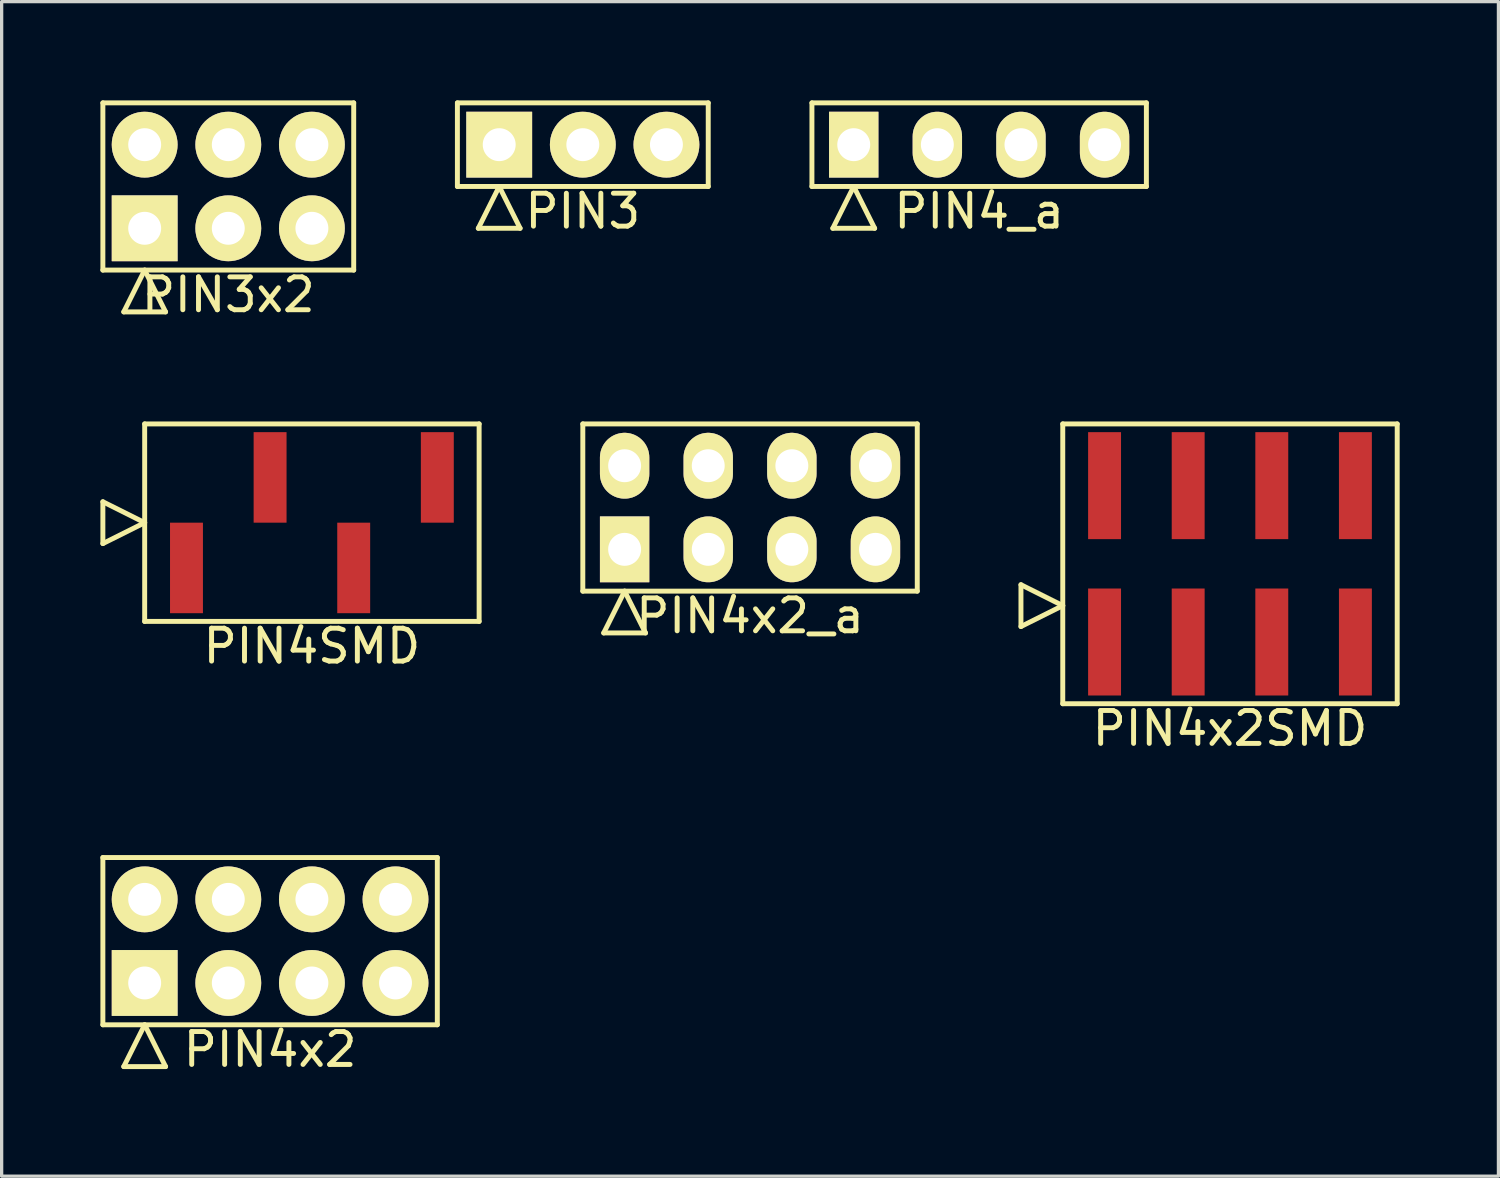
<source format=kicad_pcb>
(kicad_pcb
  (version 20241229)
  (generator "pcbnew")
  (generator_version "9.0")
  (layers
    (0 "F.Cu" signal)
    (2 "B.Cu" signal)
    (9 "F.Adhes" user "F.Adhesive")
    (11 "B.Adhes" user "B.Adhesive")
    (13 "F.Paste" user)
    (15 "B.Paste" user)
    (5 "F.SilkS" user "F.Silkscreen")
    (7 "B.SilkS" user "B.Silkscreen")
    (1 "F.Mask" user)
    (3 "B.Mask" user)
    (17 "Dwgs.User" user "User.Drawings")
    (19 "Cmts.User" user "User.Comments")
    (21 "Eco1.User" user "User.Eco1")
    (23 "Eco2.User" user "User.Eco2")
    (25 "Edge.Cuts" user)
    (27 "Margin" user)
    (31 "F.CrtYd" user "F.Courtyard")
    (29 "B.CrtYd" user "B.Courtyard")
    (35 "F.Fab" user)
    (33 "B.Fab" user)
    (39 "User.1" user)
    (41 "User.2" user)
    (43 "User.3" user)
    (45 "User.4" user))
  (footprint "PIN4x2SMD"
    (layer "F.Cu")
    (at 34.315 14.078)
    (property "Reference" "PIN4x2SMD" (at 0 5 0) (layer "F.SilkS") (effects (font (size 1 1) (thickness 0.15))))
    (attr through_hole)
    (fp_line (start -6.35 1.905) (end -6.35 0.635) (stroke (width 0.15) (type solid)) (layer "F.SilkS"))
    (fp_line (start -5.08 -4.25) (end -5.08 4.25) (stroke (width 0.15) (type solid)) (layer "F.SilkS"))
    (fp_line (start -5.08 1.27) (end -6.35 0.635) (stroke (width 0.15) (type solid)) (layer "F.SilkS"))
    (fp_line (start -5.08 1.27) (end -6.35 1.905) (stroke (width 0.15) (type solid)) (layer "F.SilkS"))
    (fp_line (start -5.08 4.25) (end 5.08 4.25) (stroke (width 0.15) (type solid)) (layer "F.SilkS"))
    (fp_line (start 5.08 -4.25) (end -5.08 -4.25) (stroke (width 0.15) (type solid)) (layer "F.SilkS"))
    (fp_line (start 5.08 4.25) (end 5.08 -4.25) (stroke (width 0.15) (type solid)) (layer "F.SilkS"))
    (pad "1" smd rect (at -3.81 2.375) (size 1 3.25) (layers "F.Cu" "F.Mask" "F.Paste"))
    (pad "2" smd rect (at -3.81 -2.375) (size 1 3.25) (layers "F.Cu" "F.Mask" "F.Paste"))
    (pad "3" smd rect (at -1.27 2.375) (size 1 3.25) (layers "F.Cu" "F.Mask" "F.Paste"))
    (pad "4" smd rect (at -1.27 -2.375) (size 1 3.25) (layers "F.Cu" "F.Mask" "F.Paste"))
    (pad "5" smd rect (at 1.27 2.375) (size 1 3.25) (layers "F.Cu" "F.Mask" "F.Paste"))
    (pad "6" smd rect (at 1.27 -2.375) (size 1 3.25) (layers "F.Cu" "F.Mask" "F.Paste"))
    (pad "7" smd rect (at 3.81 2.375) (size 1 3.25) (layers "F.Cu" "F.Mask" "F.Paste"))
    (pad "8" smd rect (at 3.81 -2.375) (size 1 3.25) (layers "F.Cu" "F.Mask" "F.Paste")))
  (footprint "PIN3"
    (layer "F.Cu")
    (at 14.655 1.345)
    (property "Reference" "PIN3" (at 0 2.02 0) (layer "F.SilkS") (effects (font (size 1 1) (thickness 0.15))))
    (attr through_hole)
    (fp_line (start -3.81 -1.27) (end -3.81 1.27) (stroke (width 0.15) (type solid)) (layer "F.SilkS"))
    (fp_line (start -3.81 1.27) (end 3.81 1.27) (stroke (width 0.15) (type solid)) (layer "F.SilkS"))
    (fp_line (start -3.175 2.54) (end -2.54 1.27) (stroke (width 0.15) (type solid)) (layer "F.SilkS"))
    (fp_line (start -3.175 2.54) (end -1.905 2.54) (stroke (width 0.15) (type solid)) (layer "F.SilkS"))
    (fp_line (start -1.905 2.54) (end -2.54 1.27) (stroke (width 0.15) (type solid)) (layer "F.SilkS"))
    (fp_line (start 3.81 -1.27) (end -3.81 -1.27) (stroke (width 0.15) (type solid)) (layer "F.SilkS"))
    (fp_line (start 3.81 1.27) (end 3.81 -1.27) (stroke (width 0.15) (type solid)) (layer "F.SilkS"))
    (pad "1" thru_hole rect (at -2.54 0) (size 2 2) (drill 1) (layers "*.Cu" "*.Mask" "F.SilkS"))
    (pad "2" thru_hole oval (at 0 0) (size 2 2) (drill 1) (layers "*.Cu" "*.Mask" "F.SilkS"))
    (pad "3" thru_hole oval (at 2.54 0) (size 2 2) (drill 1) (layers "*.Cu" "*.Mask" "F.SilkS")))
  (footprint "PIN4_a"
    (layer "F.Cu")
    (at 26.695 1.345)
    (property "Reference" "PIN4_a" (at 0 2.02 0) (layer "F.SilkS") (effects (font (size 1 1) (thickness 0.15))))
    (attr through_hole)
    (fp_line (start -5.08 -1.27) (end -5.08 1.27) (stroke (width 0.15) (type solid)) (layer "F.SilkS"))
    (fp_line (start -5.08 1.27) (end 5.08 1.27) (stroke (width 0.15) (type solid)) (layer "F.SilkS"))
    (fp_line (start -4.445 2.54) (end -3.81 1.27) (stroke (width 0.15) (type solid)) (layer "F.SilkS"))
    (fp_line (start -4.445 2.54) (end -3.175 2.54) (stroke (width 0.15) (type solid)) (layer "F.SilkS"))
    (fp_line (start -3.175 2.54) (end -3.81 1.27) (stroke (width 0.15) (type solid)) (layer "F.SilkS"))
    (fp_line (start 5.08 -1.27) (end -5.08 -1.27) (stroke (width 0.15) (type solid)) (layer "F.SilkS"))
    (fp_line (start 5.08 1.27) (end 5.08 -1.27) (stroke (width 0.15) (type solid)) (layer "F.SilkS"))
    (pad "1" thru_hole rect (at -3.81 0) (size 1.5 2) (drill 1) (layers "*.Cu" "*.Mask" "F.SilkS"))
    (pad "2" thru_hole oval (at -1.27 0) (size 1.5 2) (drill 1) (layers "*.Cu" "*.Mask" "F.SilkS"))
    (pad "3" thru_hole oval (at 1.27 0) (size 1.5 2) (drill 1) (layers "*.Cu" "*.Mask" "F.SilkS"))
    (pad "4" thru_hole oval (at 3.81 0) (size 1.5 2) (drill 1) (layers "*.Cu" "*.Mask" "F.SilkS")))
  (footprint "PIN3x2"
    (layer "F.Cu")
    (at 3.885 2.615)
    (property "Reference" "PIN3x2" (at 0 3.29 0) (layer "F.SilkS") (effects (font (size 1 1) (thickness 0.15))))
    (attr through_hole)
    (fp_line (start -3.81 -2.54) (end -3.81 2.54) (stroke (width 0.15) (type solid)) (layer "F.SilkS"))
    (fp_line (start -3.81 2.54) (end 3.81 2.54) (stroke (width 0.15) (type solid)) (layer "F.SilkS"))
    (fp_line (start -3.175 3.81) (end -2.54 2.54) (stroke (width 0.15) (type solid)) (layer "F.SilkS"))
    (fp_line (start -3.175 3.81) (end -1.905 3.81) (stroke (width 0.15) (type solid)) (layer "F.SilkS"))
    (fp_line (start -1.905 3.81) (end -2.54 2.54) (stroke (width 0.15) (type solid)) (layer "F.SilkS"))
    (fp_line (start 3.81 -2.54) (end -3.81 -2.54) (stroke (width 0.15) (type solid)) (layer "F.SilkS"))
    (fp_line (start 3.81 2.54) (end 3.81 -2.54) (stroke (width 0.15) (type solid)) (layer "F.SilkS"))
    (pad "1" thru_hole rect (at -2.54 1.27) (size 2 2) (drill 1) (layers "*.Cu" "*.Mask" "F.SilkS"))
    (pad "2" thru_hole oval (at -2.54 -1.27) (size 2 2) (drill 1) (layers "*.Cu" "*.Mask" "F.SilkS"))
    (pad "3" thru_hole oval (at 0 1.27) (size 2 2) (drill 1) (layers "*.Cu" "*.Mask" "F.SilkS"))
    (pad "4" thru_hole oval (at 0 -1.27) (size 2 2) (drill 1) (layers "*.Cu" "*.Mask" "F.SilkS"))
    (pad "5" thru_hole oval (at 2.54 1.27) (size 2 2) (drill 1) (layers "*.Cu" "*.Mask" "F.SilkS"))
    (pad "6" thru_hole oval (at 2.54 -1.27) (size 2 2) (drill 1) (layers "*.Cu" "*.Mask" "F.SilkS")))
  (footprint "PIN4SMD"
    (layer "F.Cu")
    (at 6.425 12.828)
    (property "Reference" "PIN4SMD" (at 0 3.75 0) (layer "F.SilkS") (effects (font (size 1 1) (thickness 0.15))))
    (attr through_hole)
    (fp_line (start -6.35 0.635) (end -6.35 -0.635) (stroke (width 0.15) (type solid)) (layer "F.SilkS"))
    (fp_line (start -5.08 -3) (end -5.08 3) (stroke (width 0.15) (type solid)) (layer "F.SilkS"))
    (fp_line (start -5.08 0) (end -6.35 -0.635) (stroke (width 0.15) (type solid)) (layer "F.SilkS"))
    (fp_line (start -5.08 0) (end -6.35 0.635) (stroke (width 0.15) (type solid)) (layer "F.SilkS"))
    (fp_line (start -5.08 3) (end 5.08 3) (stroke (width 0.15) (type solid)) (layer "F.SilkS"))
    (fp_line (start 5.08 -3) (end -5.08 -3) (stroke (width 0.15) (type solid)) (layer "F.SilkS"))
    (fp_line (start 5.08 3) (end 5.08 -3) (stroke (width 0.15) (type solid)) (layer "F.SilkS"))
    (pad "1" smd rect (at -3.81 1.375) (size 1 2.75) (layers "F.Cu" "F.Mask" "F.Paste"))
    (pad "2" smd rect (at -1.27 -1.375) (size 1 2.75) (layers "F.Cu" "F.Mask" "F.Paste"))
    (pad "3" smd rect (at 1.27 1.375) (size 1 2.75) (layers "F.Cu" "F.Mask" "F.Paste"))
    (pad "4" smd rect (at 3.81 -1.375) (size 1 2.75) (layers "F.Cu" "F.Mask" "F.Paste")))
  (footprint "PIN4x2"
    (layer "F.Cu")
    (at 5.155 25.541)
    (property "Reference" "PIN4x2" (at 0 3.29 0) (layer "F.SilkS") (effects (font (size 1 1) (thickness 0.15))))
    (attr through_hole)
    (fp_line (start -5.08 -2.54) (end -5.08 2.54) (stroke (width 0.15) (type solid)) (layer "F.SilkS"))
    (fp_line (start -5.08 2.54) (end 5.08 2.54) (stroke (width 0.15) (type solid)) (layer "F.SilkS"))
    (fp_line (start -4.445 3.81) (end -3.81 2.54) (stroke (width 0.15) (type solid)) (layer "F.SilkS"))
    (fp_line (start -4.445 3.81) (end -3.175 3.81) (stroke (width 0.15) (type solid)) (layer "F.SilkS"))
    (fp_line (start -3.175 3.81) (end -3.81 2.54) (stroke (width 0.15) (type solid)) (layer "F.SilkS"))
    (fp_line (start 5.08 -2.54) (end -5.08 -2.54) (stroke (width 0.15) (type solid)) (layer "F.SilkS"))
    (fp_line (start 5.08 2.54) (end 5.08 -2.54) (stroke (width 0.15) (type solid)) (layer "F.SilkS"))
    (pad "1" thru_hole rect (at -3.81 1.27) (size 2 2) (drill 1) (layers "*.Cu" "*.Mask" "F.SilkS"))
    (pad "2" thru_hole oval (at -3.81 -1.27) (size 2 2) (drill 1) (layers "*.Cu" "*.Mask" "F.SilkS"))
    (pad "3" thru_hole oval (at -1.27 1.27) (size 2 2) (drill 1) (layers "*.Cu" "*.Mask" "F.SilkS"))
    (pad "4" thru_hole oval (at -1.27 -1.27) (size 2 2) (drill 1) (layers "*.Cu" "*.Mask" "F.SilkS"))
    (pad "5" thru_hole oval (at 1.27 1.27) (size 2 2) (drill 1) (layers "*.Cu" "*.Mask" "F.SilkS"))
    (pad "6" thru_hole oval (at 1.27 -1.27) (size 2 2) (drill 1) (layers "*.Cu" "*.Mask" "F.SilkS"))
    (pad "7" thru_hole oval (at 3.81 1.27) (size 2 2) (drill 1) (layers "*.Cu" "*.Mask" "F.SilkS"))
    (pad "8" thru_hole oval (at 3.81 -1.27) (size 2 2) (drill 1) (layers "*.Cu" "*.Mask" "F.SilkS")))
  (footprint "PIN4x2_a"
    (layer "F.Cu")
    (at 19.735 12.368)
    (property "Reference" "PIN4x2_a" (at 0 3.29 0) (layer "F.SilkS") (effects (font (size 1 1) (thickness 0.15))))
    (attr through_hole)
    (fp_line (start -5.08 -2.54) (end -5.08 2.54) (stroke (width 0.15) (type solid)) (layer "F.SilkS"))
    (fp_line (start -5.08 2.54) (end 5.08 2.54) (stroke (width 0.15) (type solid)) (layer "F.SilkS"))
    (fp_line (start -4.445 3.81) (end -3.81 2.54) (stroke (width 0.15) (type solid)) (layer "F.SilkS"))
    (fp_line (start -4.445 3.81) (end -3.175 3.81) (stroke (width 0.15) (type solid)) (layer "F.SilkS"))
    (fp_line (start -3.175 3.81) (end -3.81 2.54) (stroke (width 0.15) (type solid)) (layer "F.SilkS"))
    (fp_line (start 5.08 -2.54) (end -5.08 -2.54) (stroke (width 0.15) (type solid)) (layer "F.SilkS"))
    (fp_line (start 5.08 2.54) (end 5.08 -2.54) (stroke (width 0.15) (type solid)) (layer "F.SilkS"))
    (pad "1" thru_hole rect (at -3.81 1.27) (size 1.5 2) (drill 1) (layers "*.Cu" "*.Mask" "F.SilkS"))
    (pad "2" thru_hole oval (at -3.81 -1.27) (size 1.5 2) (drill 1) (layers "*.Cu" "*.Mask" "F.SilkS"))
    (pad "3" thru_hole oval (at -1.27 1.27) (size 1.5 2) (drill 1) (layers "*.Cu" "*.Mask" "F.SilkS"))
    (pad "4" thru_hole oval (at -1.27 -1.27) (size 1.5 2) (drill 1) (layers "*.Cu" "*.Mask" "F.SilkS"))
    (pad "5" thru_hole oval (at 1.27 1.27) (size 1.5 2) (drill 1) (layers "*.Cu" "*.Mask" "F.SilkS"))
    (pad "6" thru_hole oval (at 1.27 -1.27) (size 1.5 2) (drill 1) (layers "*.Cu" "*.Mask" "F.SilkS"))
    (pad "7" thru_hole oval (at 3.81 1.27) (size 1.5 2) (drill 1) (layers "*.Cu" "*.Mask" "F.SilkS"))
    (pad "8" thru_hole oval (at 3.81 -1.27) (size 1.5 2) (drill 1) (layers "*.Cu" "*.Mask" "F.SilkS")))
  (gr_rect
    (start -3 -3)
    (end 42.47 32.68)
    (stroke (width 0.1) (type default))
    (fill no)
    (layer "Edge.Cuts")))
</source>
